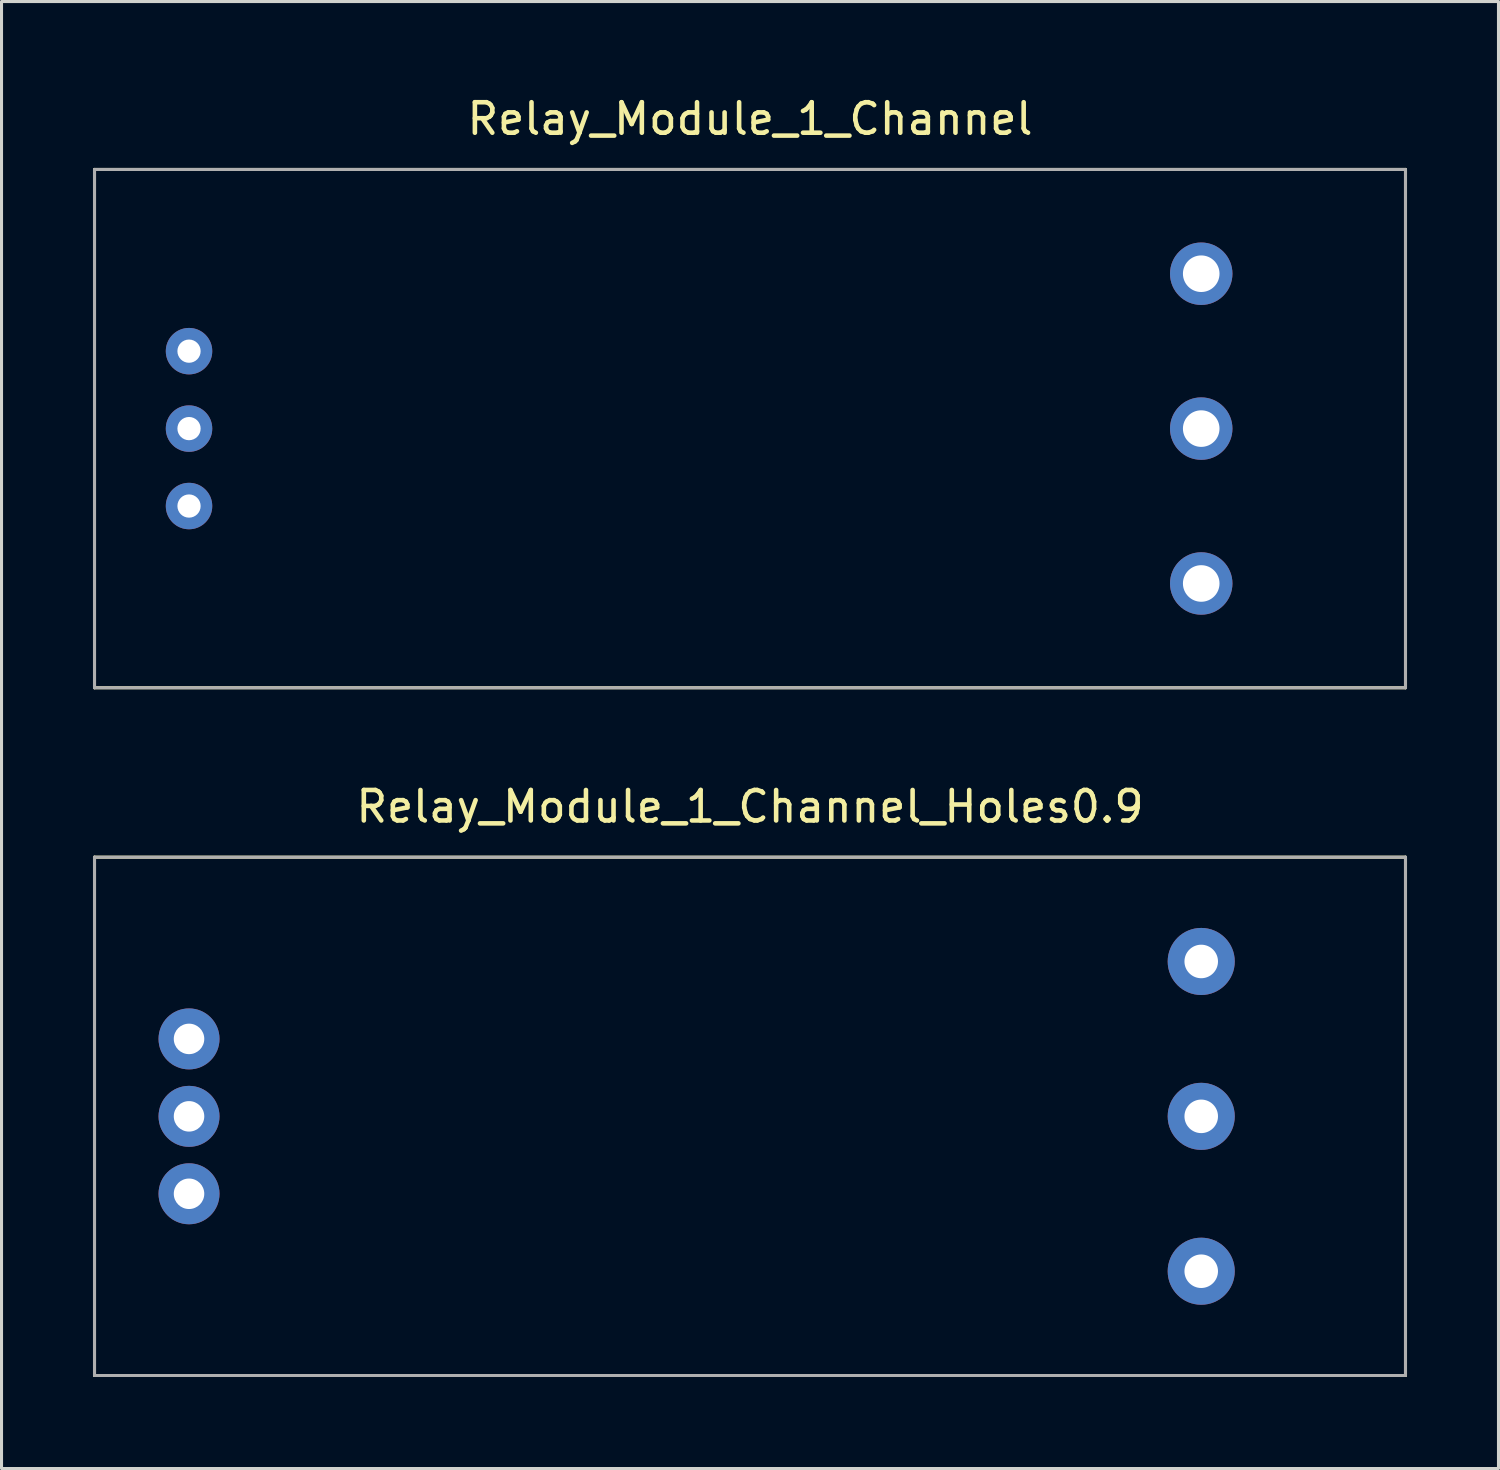
<source format=kicad_pcb>
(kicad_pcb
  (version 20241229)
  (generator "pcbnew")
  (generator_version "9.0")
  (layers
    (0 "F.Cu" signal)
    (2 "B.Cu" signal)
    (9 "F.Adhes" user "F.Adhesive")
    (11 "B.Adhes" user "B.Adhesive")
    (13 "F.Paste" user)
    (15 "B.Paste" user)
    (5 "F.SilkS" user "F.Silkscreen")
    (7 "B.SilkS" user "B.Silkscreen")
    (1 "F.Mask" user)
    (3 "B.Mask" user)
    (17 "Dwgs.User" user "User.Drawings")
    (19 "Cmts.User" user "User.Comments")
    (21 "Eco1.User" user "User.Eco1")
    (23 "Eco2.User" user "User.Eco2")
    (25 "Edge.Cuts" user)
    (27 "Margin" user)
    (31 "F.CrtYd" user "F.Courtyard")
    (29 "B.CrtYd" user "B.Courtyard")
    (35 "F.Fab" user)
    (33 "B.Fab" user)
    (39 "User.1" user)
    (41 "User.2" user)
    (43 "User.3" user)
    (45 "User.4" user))
  (footprint "Relay_Module_1_Channel"
    (layer "F.Cu")
    (at 21.55 11.008)
    (property "Reference" "Relay_Module_1_Channel" (at 0 -10.16 0) (layer "F.SilkS") (effects (font (size 1 1) (thickness 0.15))))
    (attr through_hole)
    (fp_line (start -21.5 -8.5) (end -21.5 8.5) (stroke (width 0.1) (type solid)) (layer "F.SilkS"))
    (fp_line (start -21.5 -8.5) (end 21.5 -8.5) (stroke (width 0.1) (type solid)) (layer "F.SilkS"))
    (fp_line (start -21.5 8.5) (end 21.5 8.5) (stroke (width 0.1) (type solid)) (layer "F.SilkS"))
    (fp_line (start 21.5 -8.5) (end 21.5 8.5) (stroke (width 0.1) (type solid)) (layer "F.SilkS"))
    (fp_line (start -21.5 -8.5) (end -21.5 8.5) (stroke (width 0.1) (type solid)) (layer "F.Fab"))
    (fp_line (start -21.5 -8.5) (end 21.5 -8.5) (stroke (width 0.1) (type solid)) (layer "F.Fab"))
    (fp_line (start -21.5 8.5) (end 21.5 8.5) (stroke (width 0.1) (type solid)) (layer "F.Fab"))
    (fp_line (start 21.5 -8.5) (end 21.5 8.5) (stroke (width 0.1) (type solid)) (layer "F.Fab"))
    (pad "1" thru_hole circle (at -18.4 -2.54) (size 1.524 1.524) (drill 0.762) (layers "*.Cu" "*.Mask"))
    (pad "2" thru_hole circle (at -18.4 0) (size 1.524 1.524) (drill 0.762) (layers "*.Cu" "*.Mask"))
    (pad "3" thru_hole circle (at -18.4 2.54) (size 1.524 1.524) (drill 0.762) (layers "*.Cu" "*.Mask"))
    (pad "4" thru_hole circle (at 14.8 5.08) (size 2.048 2.048) (drill 1.2) (layers "*.Cu" "*.Mask"))
    (pad "5" thru_hole circle (at 14.8 0) (size 2.048 2.048) (drill 1.2) (layers "*.Cu" "*.Mask"))
    (pad "6" thru_hole circle (at 14.8 -5.08) (size 2.048 2.048) (drill 1.2) (layers "*.Cu" "*.Mask")))
  (footprint "Relay_Module_1_Channel_Holes0.9"
    (layer "F.Cu")
    (at 21.55 33.566)
    (property "Reference" "Relay_Module_1_Channel_Holes0.9" (at 0 -10.16 0) (layer "F.SilkS") (effects (font (size 1 1) (thickness 0.15))))
    (attr through_hole)
    (fp_line (start -21.5 -8.5) (end -21.5 8.5) (stroke (width 0.1) (type solid)) (layer "F.SilkS"))
    (fp_line (start -21.5 -8.5) (end 21.5 -8.5) (stroke (width 0.1) (type solid)) (layer "F.SilkS"))
    (fp_line (start -21.5 8.5) (end 21.5 8.5) (stroke (width 0.1) (type solid)) (layer "F.SilkS"))
    (fp_line (start 21.5 -8.5) (end 21.5 8.5) (stroke (width 0.1) (type solid)) (layer "F.SilkS"))
    (fp_line (start -21.5 -8.5) (end -21.5 8.5) (stroke (width 0.1) (type solid)) (layer "F.Fab"))
    (fp_line (start -21.5 -8.5) (end 21.5 -8.5) (stroke (width 0.1) (type solid)) (layer "F.Fab"))
    (fp_line (start -21.5 8.5) (end 21.5 8.5) (stroke (width 0.1) (type solid)) (layer "F.Fab"))
    (fp_line (start 21.5 -8.5) (end 21.5 8.5) (stroke (width 0.1) (type solid)) (layer "F.Fab"))
    (pad "1" thru_hole circle (at -18.4 -2.54) (size 2 2) (drill 1) (layers "*.Cu" "*.Mask"))
    (pad "2" thru_hole circle (at -18.4 0) (size 2 2) (drill 1) (layers "*.Cu" "*.Mask"))
    (pad "3" thru_hole circle (at -18.4 2.54) (size 2 2) (drill 1) (layers "*.Cu" "*.Mask"))
    (pad "4" thru_hole circle (at 14.8 5.08) (size 2.2 2.2) (drill 1.1) (layers "*.Cu" "*.Mask"))
    (pad "5" thru_hole circle (at 14.8 0) (size 2.2 2.2) (drill 1.1) (layers "*.Cu" "*.Mask"))
    (pad "6" thru_hole circle (at 14.8 -5.08) (size 2.2 2.2) (drill 1.1) (layers "*.Cu" "*.Mask")))
  (gr_rect
    (start -3 -3)
    (end 46.1 45.117)
    (stroke (width 0.1) (type default))
    (fill no)
    (layer "Edge.Cuts")))
</source>
